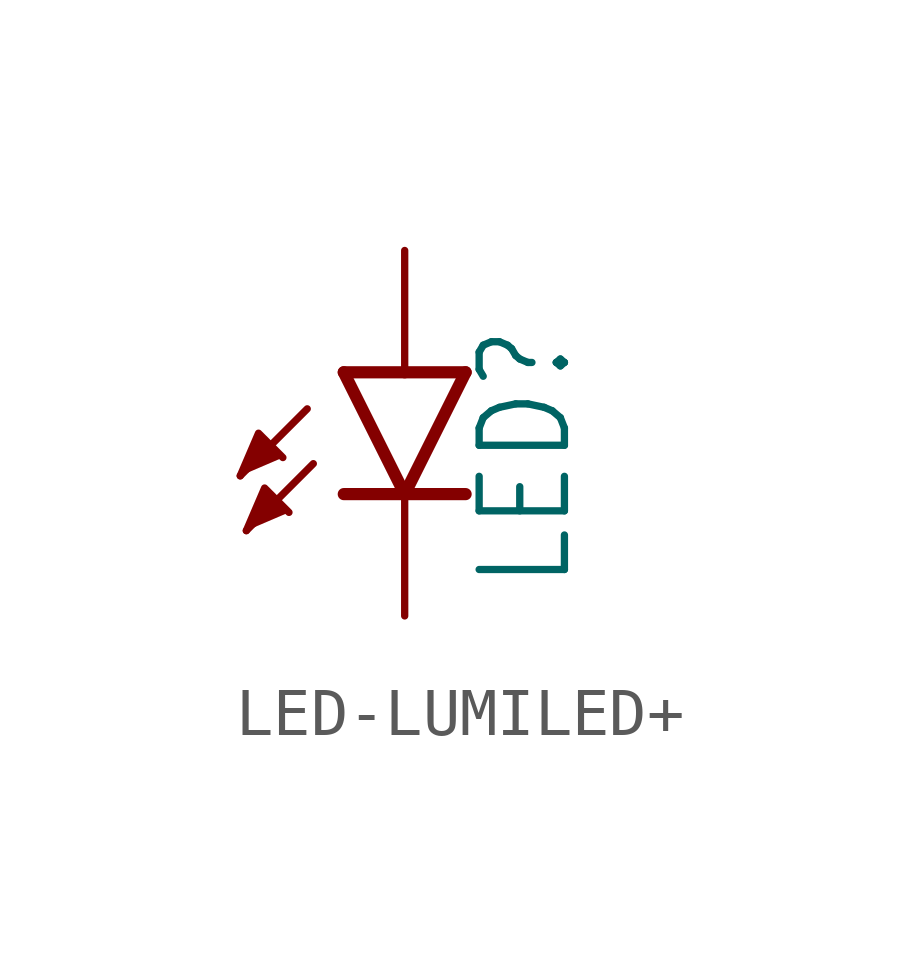
<source format=kicad_sym>
(kicad_symbol_lib
  (version 20241209)
  (generator "kicad_symbol_editor")
  (generator_version "9.0")
  (symbol "LED-LUMILED+"
    (property "Reference" "LED"
      (at 3.556 -4.572 90)
      (effects (font (size 1.778 1.511)) (justify left bottom)))
    (property "Value" ""
      (at 5.715 -4.572 90)
      (effects (font (size 1.778 1.511)) (justify left bottom)))
    (property "ki_locked" ""
      (at 0 0 0)
      (effects (font (size 1.27 1.27))))
    (symbol "LED-LUMILED+_1_0"
      (polyline (pts (xy -3.429 -2.159) (xy -3.048 -1.27) (xy -2.54 -1.778)) (stroke (width 0.152) (type solid)) (fill (type outline)))
      (polyline (pts (xy -3.302 -3.302) (xy -2.921 -2.413) (xy -2.413 -2.921)) (stroke (width 0.152) (type solid)) (fill (type outline)))
      (polyline (pts (xy -2.032 -0.762) (xy -3.429 -2.159)) (stroke (width 0.152) (type solid)) (fill (type none)))
      (polyline (pts (xy -1.905 -1.905) (xy -3.302 -3.302)) (stroke (width 0.152) (type solid)) (fill (type none)))
      (polyline (pts (xy 0 0) (xy -1.27 0)) (stroke (width 0.254) (type solid)) (fill (type none)))
      (polyline (pts (xy 0 -2.54) (xy -1.27 0)) (stroke (width 0.254) (type solid)) (fill (type none)))
      (polyline (pts (xy 0 -2.54) (xy -1.27 -2.54)) (stroke (width 0.254) (type solid)) (fill (type none)))
      (polyline (pts (xy 1.27 0) (xy 0 0)) (stroke (width 0.254) (type solid)) (fill (type none)))
      (polyline (pts (xy 1.27 0) (xy 0 -2.54)) (stroke (width 0.254) (type solid)) (fill (type none)))
      (polyline (pts (xy 1.27 -2.54) (xy 0 -2.54)) (stroke (width 0.254) (type solid)) (fill (type none)))
      (pin passive line (at 0 2.54 270) (length 2.54) (name "A" (effects (font (size 0 0)))) (number "2+" (effects (font (size 0 0)))))
      (pin passive line (at 0 -5.08 90) (length 2.54) (name "C" (effects (font (size 0 0)))) (number "4-" (effects (font (size 0 0))))))))
</source>
